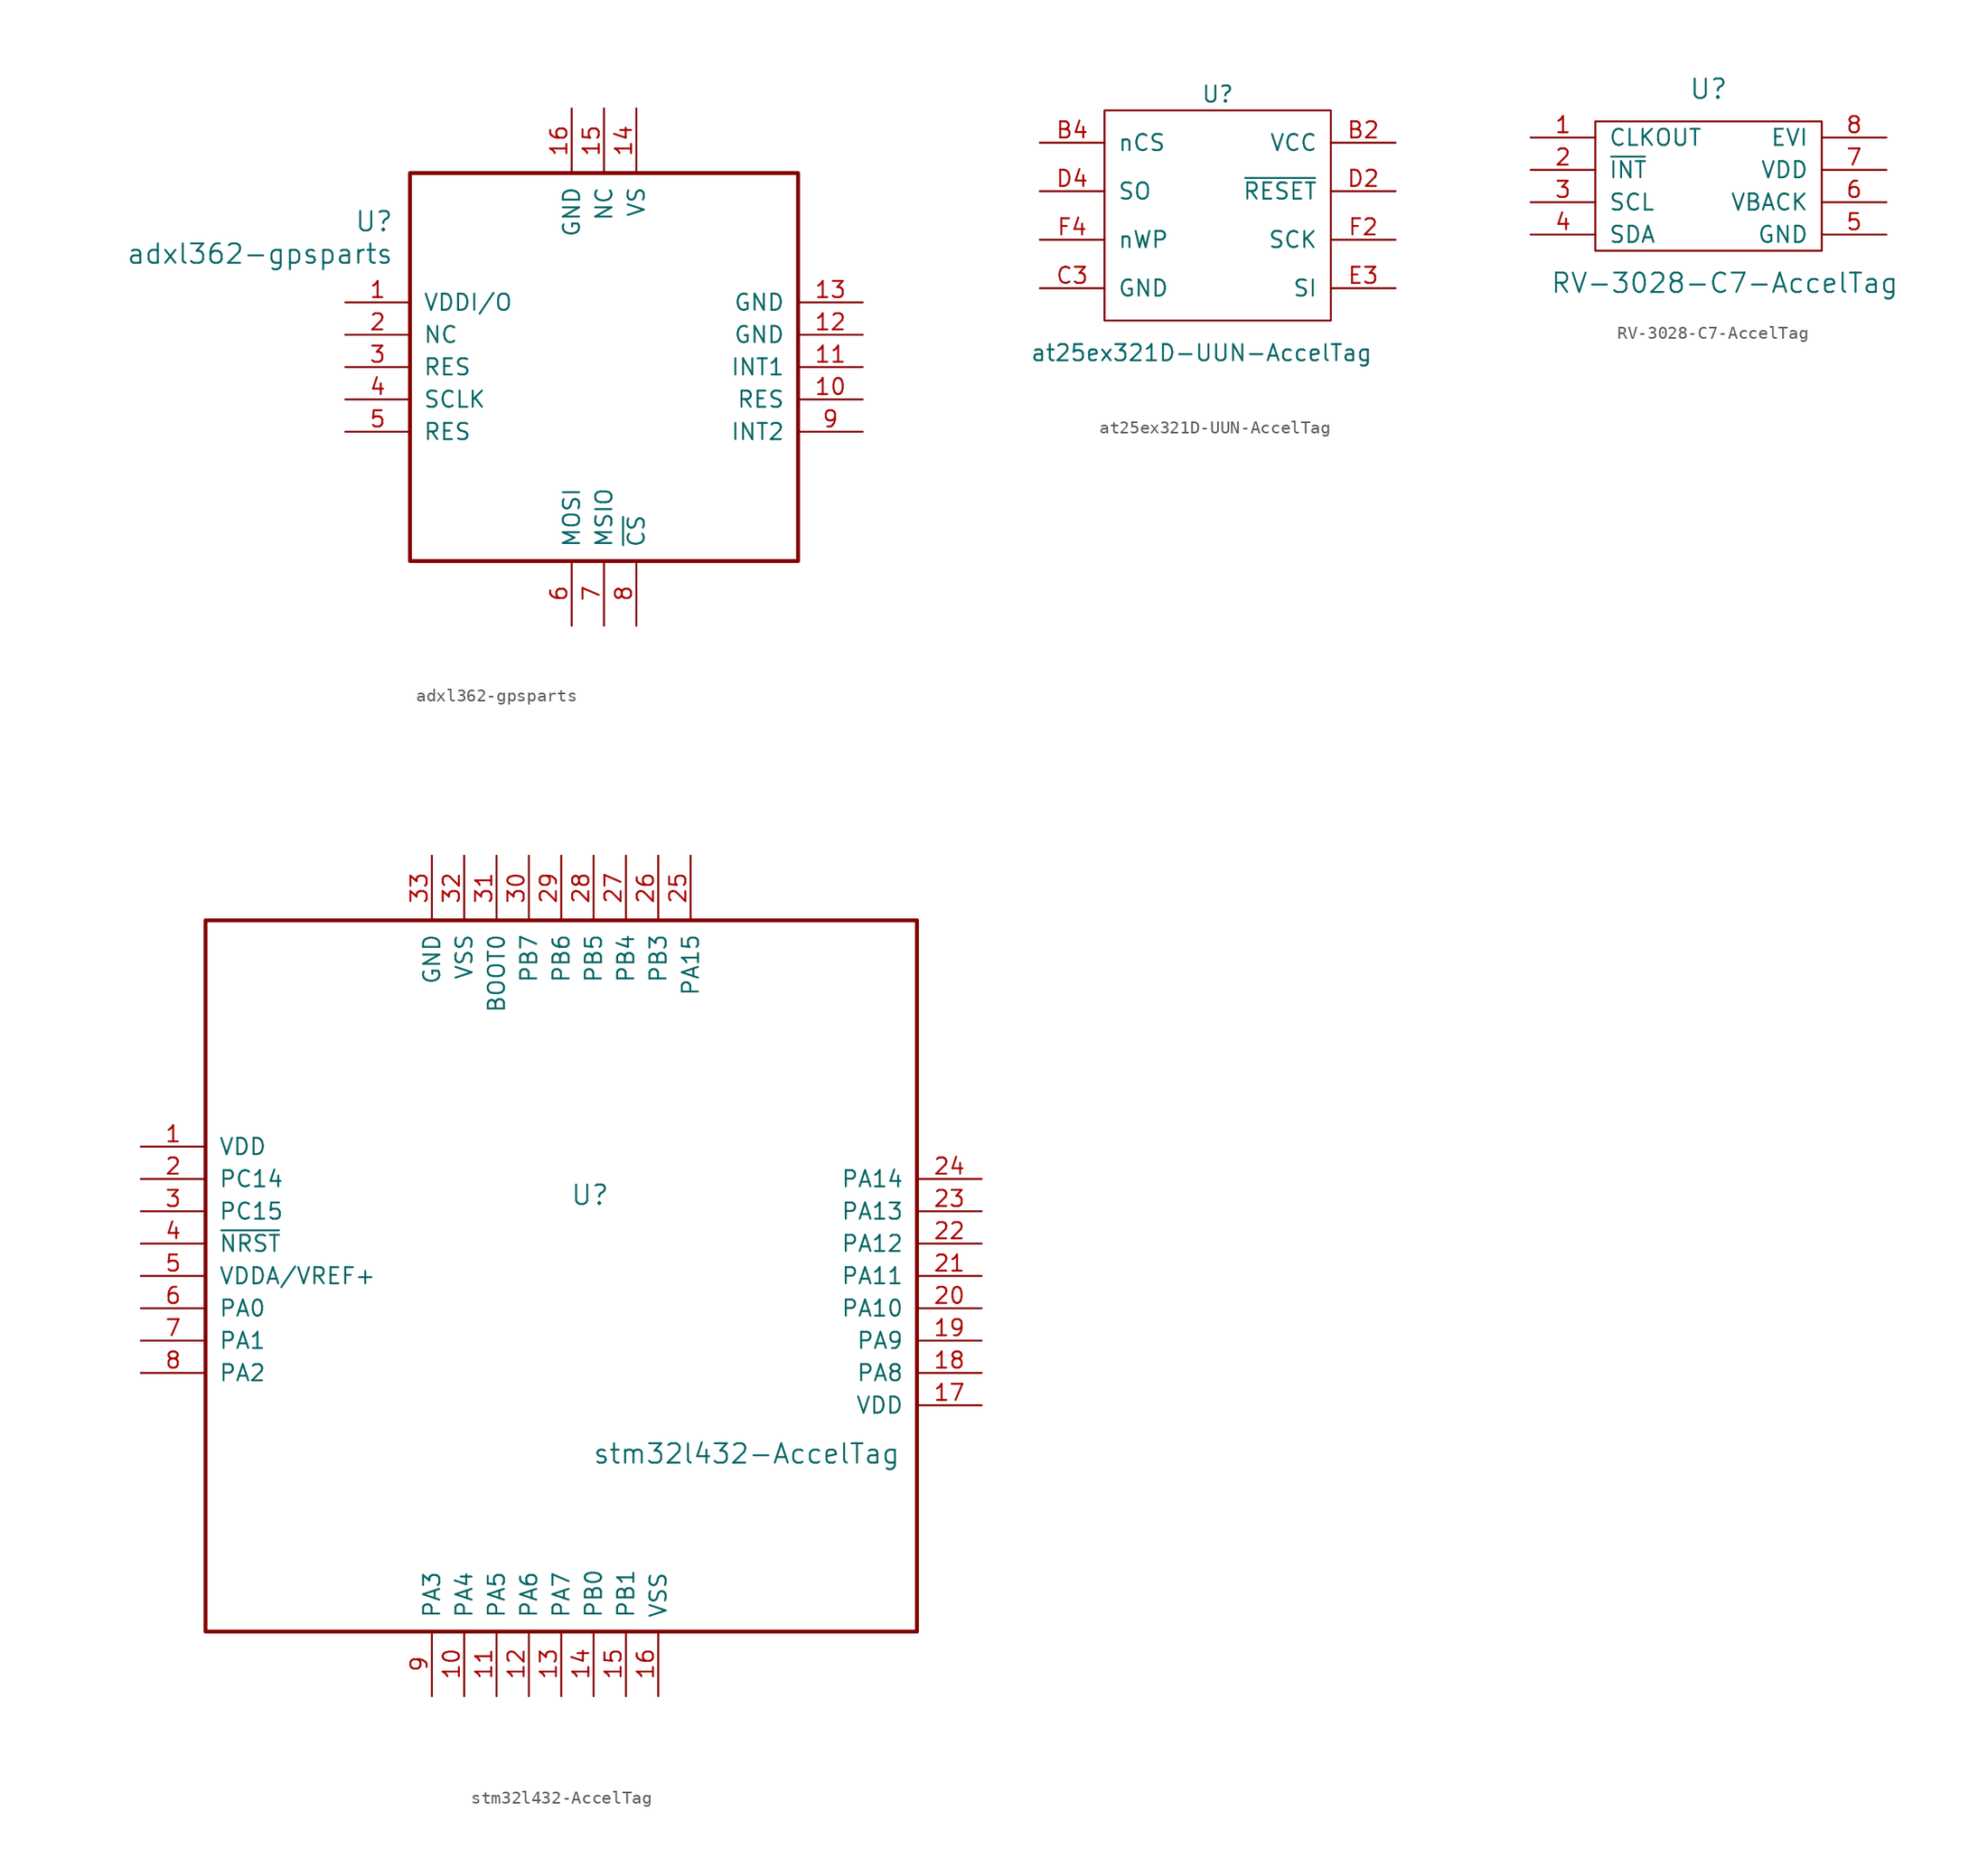
<source format=kicad_sym>
(kicad_symbol_lib
  (version 20211014)
  (generator kicad_symbol_editor)
  (symbol "adxl362-gpsparts"
    (pin_names
      (offset 1.016))
    (property "Reference" "U"
      (at 3.81 6.35 0)
      (effects (font (size 1.524 1.524)) (justify right)))
    (property "Value" "adxl362-gpsparts"
      (at 3.81 3.81 0)
      (effects (font (size 1.524 1.524)) (justify right)))
    (property "ki_locked" ""
      (at 0 0 0)
      (effects (font (size 1.27 1.27))))
    (symbol "adxl362-gpsparts_1_1"
      (rectangle (start 5.08 10.16) (end 35.56 -20.32) (stroke (width 0.305) (type default) (color 0 0 0 0)) (fill (type none)))
      (pin power_in line (at 0 0 0) (length 5.08) (name "VDDI/O" (effects (font (size 1.27 1.27)))) (number "1" (effects (font (size 1.27 1.27)))))
      (pin passive line (at 40.64 -7.62 180) (length 5.08) (name "RES" (effects (font (size 1.27 1.27)))) (number "10" (effects (font (size 1.27 1.27)))))
      (pin output line (at 40.64 -5.08 180) (length 5.08) (name "INT1" (effects (font (size 1.27 1.27)))) (number "11" (effects (font (size 1.27 1.27)))))
      (pin power_in line (at 40.64 -2.54 180) (length 5.08) (name "GND" (effects (font (size 1.27 1.27)))) (number "12" (effects (font (size 1.27 1.27)))))
      (pin power_in line (at 40.64 0 180) (length 5.08) (name "GND" (effects (font (size 1.27 1.27)))) (number "13" (effects (font (size 1.27 1.27)))))
      (pin power_in line (at 22.86 15.24 270) (length 5.08) (name "VS" (effects (font (size 1.27 1.27)))) (number "14" (effects (font (size 1.27 1.27)))))
      (pin passive line (at 20.32 15.24 270) (length 5.08) (name "NC" (effects (font (size 1.27 1.27)))) (number "15" (effects (font (size 1.27 1.27)))))
      (pin power_in line (at 17.78 15.24 270) (length 5.08) (name "GND" (effects (font (size 1.27 1.27)))) (number "16" (effects (font (size 1.27 1.27)))))
      (pin output line (at 0 -2.54 0) (length 5.08) (name "NC" (effects (font (size 1.27 1.27)))) (number "2" (effects (font (size 1.27 1.27)))))
      (pin passive line (at 0 -5.08 0) (length 5.08) (name "RES" (effects (font (size 1.27 1.27)))) (number "3" (effects (font (size 1.27 1.27)))))
      (pin input line (at 0 -7.62 0) (length 5.08) (name "SCLK" (effects (font (size 1.27 1.27)))) (number "4" (effects (font (size 1.27 1.27)))))
      (pin passive line (at 0 -10.16 0) (length 5.08) (name "RES" (effects (font (size 1.27 1.27)))) (number "5" (effects (font (size 1.27 1.27)))))
      (pin input line (at 17.78 -25.4 90) (length 5.08) (name "MOSI" (effects (font (size 1.27 1.27)))) (number "6" (effects (font (size 1.27 1.27)))))
      (pin output line (at 20.32 -25.4 90) (length 5.08) (name "MSIO" (effects (font (size 1.27 1.27)))) (number "7" (effects (font (size 1.27 1.27)))))
      (pin input line (at 22.86 -25.4 90) (length 5.08) (name "~{CS}" (effects (font (size 1.27 1.27)))) (number "8" (effects (font (size 1.27 1.27)))))
      (pin bidirectional line (at 40.64 -10.16 180) (length 5.08) (name "INT2" (effects (font (size 1.27 1.27)))) (number "9" (effects (font (size 1.27 1.27)))))))
  (symbol "at25ex321D-UUN-AccelTag"
    (pin_names
      (offset 1.016))
    (property "Reference" "U"
      (at 0 7.62 0)
      (effects (font (size 1.27 1.27))))
    (property "Value" "at25ex321D-UUN-AccelTag"
      (at -1.27 -12.7 0)
      (effects (font (size 1.27 1.27))))
    (symbol "at25ex321D-UUN-AccelTag_0_1"
      (rectangle (start -8.89 -10.16) (end 8.89 6.35) (stroke (width 0) (type default) (color 0 0 0 0)) (fill (type none))))
    (symbol "at25ex321D-UUN-AccelTag_1_1"
      (pin no_connect line (at -12.7 -12.7 0) (length 5.08) hide (name "NC" (effects (font (size 1.27 1.27)))) (number "A1" (effects (font (size 1.27 1.27)))))
      (pin no_connect line (at 12.7 -12.7 180) (length 5.08) hide (name "NC" (effects (font (size 1.27 1.27)))) (number "A5" (effects (font (size 1.27 1.27)))))
      (pin power_in line (at 13.97 3.81 180) (length 5.08) (name "VCC" (effects (font (size 1.27 1.27)))) (number "B2" (effects (font (size 1.27 1.27)))))
      (pin input line (at -13.97 3.81 0) (length 5.08) (name "nCS" (effects (font (size 1.27 1.27)))) (number "B4" (effects (font (size 1.27 1.27)))))
      (pin input line (at -13.97 -7.62 0) (length 5.08) (name "GND" (effects (font (size 1.27 1.27)))) (number "C3" (effects (font (size 1.27 1.27)))))
      (pin input line (at 13.97 0 180) (length 5.08) (name "~{RESET}" (effects (font (size 1.27 1.27)))) (number "D2" (effects (font (size 1.27 1.27)))))
      (pin output line (at -13.97 0 0) (length 5.08) (name "SO" (effects (font (size 1.27 1.27)))) (number "D4" (effects (font (size 1.27 1.27)))))
      (pin input line (at 13.97 -7.62 180) (length 5.08) (name "SI" (effects (font (size 1.27 1.27)))) (number "E3" (effects (font (size 1.27 1.27)))))
      (pin input line (at 13.97 -3.81 180) (length 5.08) (name "SCK" (effects (font (size 1.27 1.27)))) (number "F2" (effects (font (size 1.27 1.27)))))
      (pin input line (at -13.97 -3.81 0) (length 5.08) (name "nWP" (effects (font (size 1.27 1.27)))) (number "F4" (effects (font (size 1.27 1.27)))))
      (pin no_connect line (at -12.7 -15.24 0) (length 5.08) hide (name "NC" (effects (font (size 1.27 1.27)))) (number "G1" (effects (font (size 1.27 1.27)))))
      (pin no_connect line (at 12.7 -15.24 180) (length 5.08) hide (name "NC" (effects (font (size 1.27 1.27)))) (number "G5" (effects (font (size 1.27 1.27)))))))
  (symbol "RV-3028-C7-AccelTag"
    (pin_names
      (offset 1.016))
    (property "Reference" "U"
      (at 0 7.62 0)
      (effects (font (size 1.524 1.524))))
    (property "Value" "RV-3028-C7-AccelTag"
      (at 1.27 -7.62 0)
      (effects (font (size 1.524 1.524))))
    (symbol "RV-3028-C7-AccelTag_0_1"
      (rectangle (start -8.89 5.08) (end 8.89 -5.08) (stroke (width 0) (type default) (color 0 0 0 0)) (fill (type none))))
    (symbol "RV-3028-C7-AccelTag_1_1"
      (pin input line (at -13.97 3.81 0) (length 5.08) (name "CLKOUT" (effects (font (size 1.27 1.27)))) (number "1" (effects (font (size 1.27 1.27)))))
      (pin input line (at -13.97 1.27 0) (length 5.08) (name "~{INT}" (effects (font (size 1.27 1.27)))) (number "2" (effects (font (size 1.27 1.27)))))
      (pin input line (at -13.97 -1.27 0) (length 5.08) (name "SCL" (effects (font (size 1.27 1.27)))) (number "3" (effects (font (size 1.27 1.27)))))
      (pin input line (at -13.97 -3.81 0) (length 5.08) (name "SDA" (effects (font (size 1.27 1.27)))) (number "4" (effects (font (size 1.27 1.27)))))
      (pin power_out line (at 13.97 -3.81 180) (length 5.08) (name "GND" (effects (font (size 1.27 1.27)))) (number "5" (effects (font (size 1.27 1.27)))))
      (pin input line (at 13.97 -1.27 180) (length 5.08) (name "VBACK" (effects (font (size 1.27 1.27)))) (number "6" (effects (font (size 1.27 1.27)))))
      (pin input line (at 13.97 1.27 180) (length 5.08) (name "VDD" (effects (font (size 1.27 1.27)))) (number "7" (effects (font (size 1.27 1.27)))))
      (pin input line (at 13.97 3.81 180) (length 5.08) (name "EVI" (effects (font (size 1.27 1.27)))) (number "8" (effects (font (size 1.27 1.27)))))))
  (symbol "stm32l432-AccelTag"
    (pin_names
      (offset 1.016))
    (property "Reference" "U"
      (at 36.83 -3.81 0)
      (effects (font (size 1.524 1.524)) (justify right)))
    (property "Value" "stm32l432-AccelTag"
      (at 59.69 -24.13 0)
      (effects (font (size 1.524 1.524)) (justify right)))
    (property "ki_locked" ""
      (at 0 0 0)
      (effects (font (size 1.27 1.27))))
    (symbol "stm32l432-AccelTag_1_1"
      (rectangle (start 5.08 17.78) (end 60.96 -38.1) (stroke (width 0.305) (type default) (color 0 0 0 0)) (fill (type none)))
      (pin power_in line (at 0 0 0) (length 5.08) (name "VDD" (effects (font (size 1.27 1.27)))) (number "1" (effects (font (size 1.27 1.27)))))
      (pin bidirectional line (at 25.4 -43.18 90) (length 5.08) (name "PA4" (effects (font (size 1.27 1.27)))) (number "10" (effects (font (size 1.27 1.27)))))
      (pin bidirectional line (at 27.94 -43.18 90) (length 5.08) (name "PA5" (effects (font (size 1.27 1.27)))) (number "11" (effects (font (size 1.27 1.27)))))
      (pin bidirectional line (at 30.48 -43.18 90) (length 5.08) (name "PA6" (effects (font (size 1.27 1.27)))) (number "12" (effects (font (size 1.27 1.27)))))
      (pin bidirectional line (at 33.02 -43.18 90) (length 5.08) (name "PA7" (effects (font (size 1.27 1.27)))) (number "13" (effects (font (size 1.27 1.27)))))
      (pin bidirectional line (at 35.56 -43.18 90) (length 5.08) (name "PB0" (effects (font (size 1.27 1.27)))) (number "14" (effects (font (size 1.27 1.27)))))
      (pin bidirectional line (at 38.1 -43.18 90) (length 5.08) (name "PB1" (effects (font (size 1.27 1.27)))) (number "15" (effects (font (size 1.27 1.27)))))
      (pin input line (at 40.64 -43.18 90) (length 5.08) (name "VSS" (effects (font (size 1.27 1.27)))) (number "16" (effects (font (size 1.27 1.27)))))
      (pin power_in line (at 66.04 -20.32 180) (length 5.08) (name "VDD" (effects (font (size 1.27 1.27)))) (number "17" (effects (font (size 1.27 1.27)))))
      (pin bidirectional line (at 66.04 -17.78 180) (length 5.08) (name "PA8" (effects (font (size 1.27 1.27)))) (number "18" (effects (font (size 1.27 1.27)))))
      (pin bidirectional line (at 66.04 -15.24 180) (length 5.08) (name "PA9" (effects (font (size 1.27 1.27)))) (number "19" (effects (font (size 1.27 1.27)))))
      (pin bidirectional line (at 0 -2.54 0) (length 5.08) (name "PC14" (effects (font (size 1.27 1.27)))) (number "2" (effects (font (size 1.27 1.27)))))
      (pin bidirectional line (at 66.04 -12.7 180) (length 5.08) (name "PA10" (effects (font (size 1.27 1.27)))) (number "20" (effects (font (size 1.27 1.27)))))
      (pin bidirectional line (at 66.04 -10.16 180) (length 5.08) (name "PA11" (effects (font (size 1.27 1.27)))) (number "21" (effects (font (size 1.27 1.27)))))
      (pin bidirectional line (at 66.04 -7.62 180) (length 5.08) (name "PA12" (effects (font (size 1.27 1.27)))) (number "22" (effects (font (size 1.27 1.27)))))
      (pin bidirectional line (at 66.04 -5.08 180) (length 5.08) (name "PA13" (effects (font (size 1.27 1.27)))) (number "23" (effects (font (size 1.27 1.27)))))
      (pin bidirectional line (at 66.04 -2.54 180) (length 5.08) (name "PA14" (effects (font (size 1.27 1.27)))) (number "24" (effects (font (size 1.27 1.27)))))
      (pin bidirectional line (at 43.18 22.86 270) (length 5.08) (name "PA15" (effects (font (size 1.27 1.27)))) (number "25" (effects (font (size 1.27 1.27)))))
      (pin bidirectional line (at 40.64 22.86 270) (length 5.08) (name "PB3" (effects (font (size 1.27 1.27)))) (number "26" (effects (font (size 1.27 1.27)))))
      (pin bidirectional line (at 38.1 22.86 270) (length 5.08) (name "PB4" (effects (font (size 1.27 1.27)))) (number "27" (effects (font (size 1.27 1.27)))))
      (pin bidirectional line (at 35.56 22.86 270) (length 5.08) (name "PB5" (effects (font (size 1.27 1.27)))) (number "28" (effects (font (size 1.27 1.27)))))
      (pin bidirectional line (at 33.02 22.86 270) (length 5.08) (name "PB6" (effects (font (size 1.27 1.27)))) (number "29" (effects (font (size 1.27 1.27)))))
      (pin bidirectional line (at 0 -5.08 0) (length 5.08) (name "PC15" (effects (font (size 1.27 1.27)))) (number "3" (effects (font (size 1.27 1.27)))))
      (pin bidirectional line (at 30.48 22.86 270) (length 5.08) (name "PB7" (effects (font (size 1.27 1.27)))) (number "30" (effects (font (size 1.27 1.27)))))
      (pin input line (at 27.94 22.86 270) (length 5.08) (name "BOOT0" (effects (font (size 1.27 1.27)))) (number "31" (effects (font (size 1.27 1.27)))))
      (pin input line (at 25.4 22.86 270) (length 5.08) (name "VSS" (effects (font (size 1.27 1.27)))) (number "32" (effects (font (size 1.27 1.27)))))
      (pin input line (at 22.86 22.86 270) (length 5.08) (name "GND" (effects (font (size 1.27 1.27)))) (number "33" (effects (font (size 1.27 1.27)))))
      (pin bidirectional line (at 0 -7.62 0) (length 5.08) (name "~{NRST}" (effects (font (size 1.27 1.27)))) (number "4" (effects (font (size 1.27 1.27)))))
      (pin power_in line (at 0 -10.16 0) (length 5.08) (name "VDDA/VREF+" (effects (font (size 1.27 1.27)))) (number "5" (effects (font (size 1.27 1.27)))))
      (pin bidirectional line (at 0 -12.7 0) (length 5.08) (name "PA0" (effects (font (size 1.27 1.27)))) (number "6" (effects (font (size 1.27 1.27)))))
      (pin bidirectional line (at 0 -15.24 0) (length 5.08) (name "PA1" (effects (font (size 1.27 1.27)))) (number "7" (effects (font (size 1.27 1.27)))))
      (pin bidirectional line (at 0 -17.78 0) (length 5.08) (name "PA2" (effects (font (size 1.27 1.27)))) (number "8" (effects (font (size 1.27 1.27)))))
      (pin bidirectional line (at 22.86 -43.18 90) (length 5.08) (name "PA3" (effects (font (size 1.27 1.27)))) (number "9" (effects (font (size 1.27 1.27))))))))
</source>
